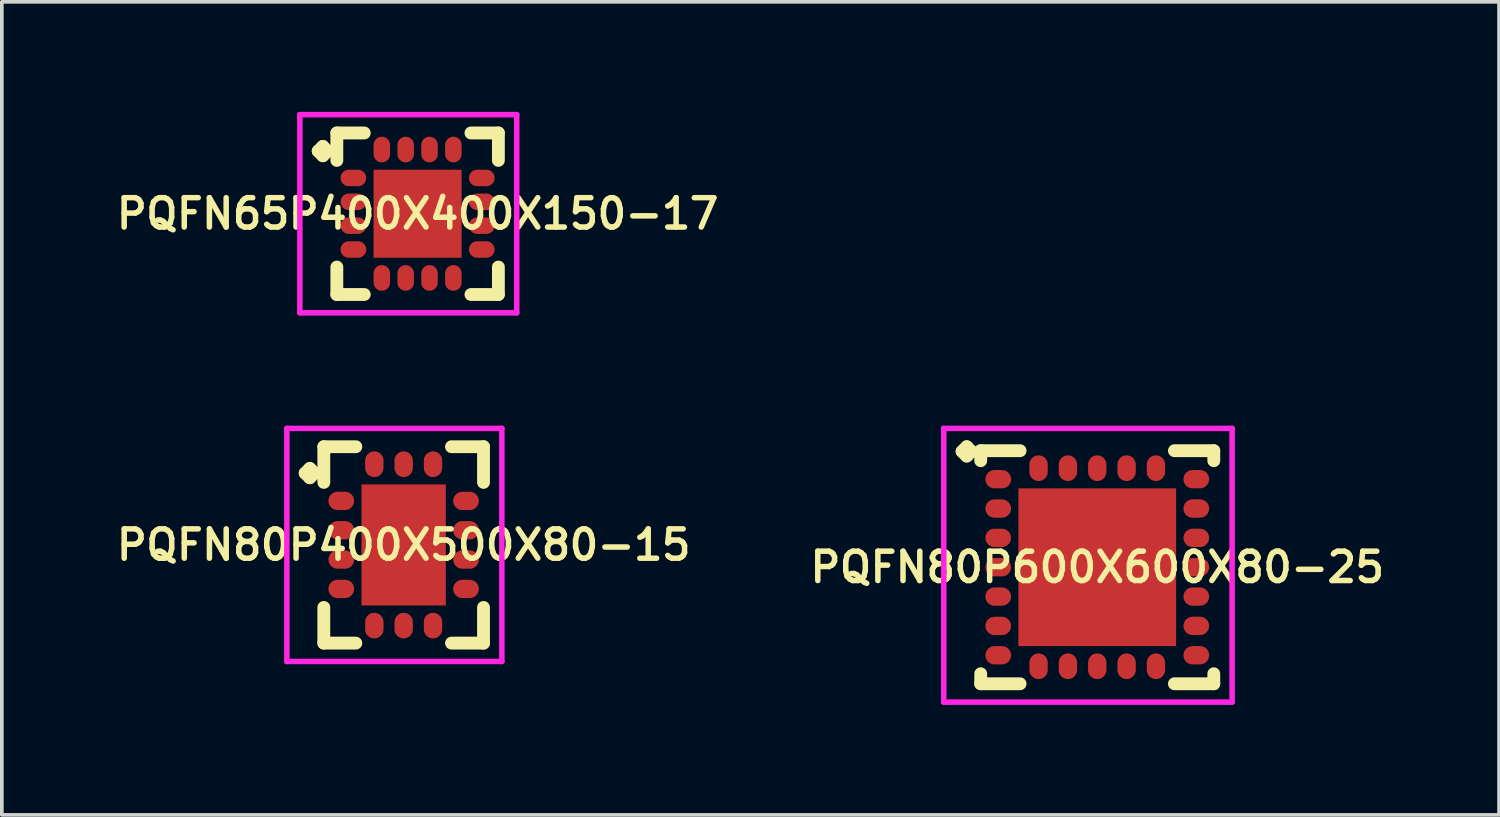
<source format=kicad_pcb>
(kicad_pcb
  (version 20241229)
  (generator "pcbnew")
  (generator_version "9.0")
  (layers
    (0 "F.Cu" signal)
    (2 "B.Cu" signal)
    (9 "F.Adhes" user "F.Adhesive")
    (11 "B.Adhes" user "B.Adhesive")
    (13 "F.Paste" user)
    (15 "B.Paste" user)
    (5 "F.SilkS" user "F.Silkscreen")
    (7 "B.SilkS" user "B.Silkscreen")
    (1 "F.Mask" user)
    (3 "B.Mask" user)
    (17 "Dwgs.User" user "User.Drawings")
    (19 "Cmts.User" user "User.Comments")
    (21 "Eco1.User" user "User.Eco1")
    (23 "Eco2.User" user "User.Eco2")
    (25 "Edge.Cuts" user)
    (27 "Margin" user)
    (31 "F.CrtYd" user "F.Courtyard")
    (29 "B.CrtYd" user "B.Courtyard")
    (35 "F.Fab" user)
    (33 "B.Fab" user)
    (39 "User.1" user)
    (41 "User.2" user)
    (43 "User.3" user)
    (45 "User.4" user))
  (footprint "PQFN80P400X500X80-15"
    (layer "F.Cu")
    (at 7.955 11.806)
    (property "Reference" "PQFN80P400X500X80-15" (at 0 0 0) (layer "F.SilkS") (effects (font (size 0.8 0.8) (thickness 0.15))))
    (attr smd)
    (fp_line (start -2.685 -1.958) (end -2.558 -2.085) (stroke (width 0.35) (type solid)) (layer "F.SilkS"))
    (fp_line (start -2.558 -2.085) (end -2.431 -1.958) (stroke (width 0.35) (type solid)) (layer "F.SilkS"))
    (fp_line (start -2.558 -1.831) (end -2.685 -1.958) (stroke (width 0.35) (type solid)) (layer "F.SilkS"))
    (fp_line (start -2.431 -1.958) (end -2.558 -1.831) (stroke (width 0.35) (type solid)) (layer "F.SilkS"))
    (fp_line (start -2.177 -2.677) (end -1.304 -2.677) (stroke (width 0.35) (type solid)) (layer "F.SilkS"))
    (fp_line (start -2.177 -1.704) (end -2.177 -2.677) (stroke (width 0.35) (type solid)) (layer "F.SilkS"))
    (fp_line (start -2.177 1.704) (end -2.177 2.677) (stroke (width 0.35) (type solid)) (layer "F.SilkS"))
    (fp_line (start -2.177 2.677) (end -1.304 2.677) (stroke (width 0.35) (type solid)) (layer "F.SilkS"))
    (fp_line (start 1.304 -2.677) (end 2.177 -2.677) (stroke (width 0.35) (type solid)) (layer "F.SilkS"))
    (fp_line (start 1.304 2.677) (end 2.177 2.677) (stroke (width 0.35) (type solid)) (layer "F.SilkS"))
    (fp_line (start 2.177 -2.677) (end 2.177 -1.704) (stroke (width 0.35) (type solid)) (layer "F.SilkS"))
    (fp_line (start 2.177 2.677) (end 2.177 1.704) (stroke (width 0.35) (type solid)) (layer "F.SilkS"))
    (fp_line (start -3.185 -3.177) (end 2.677 -3.177) (stroke (width 0.15) (type solid)) (layer "F.CrtYd"))
    (fp_line (start -3.185 3.177) (end -3.185 -3.177) (stroke (width 0.15) (type solid)) (layer "F.CrtYd"))
    (fp_line (start 2.677 -3.177) (end 2.677 3.177) (stroke (width 0.15) (type solid)) (layer "F.CrtYd"))
    (fp_line (start 2.677 3.177) (end -3.185 3.177) (stroke (width 0.15) (type solid)) (layer "F.CrtYd"))
    (pad "1" smd oval (at -1.7 -1.2) (size 0.7 0.5) (layers "F.Cu" "F.Mask" "F.Paste"))
    (pad "2" smd oval (at -1.7 -0.4) (size 0.7 0.5) (layers "F.Cu" "F.Mask" "F.Paste"))
    (pad "3" smd oval (at -1.7 0.4) (size 0.7 0.5) (layers "F.Cu" "F.Mask" "F.Paste"))
    (pad "4" smd oval (at -1.7 1.2) (size 0.7 0.5) (layers "F.Cu" "F.Mask" "F.Paste"))
    (pad "5" smd oval (at -0.8 2.2) (size 0.5 0.7) (layers "F.Cu" "F.Mask" "F.Paste"))
    (pad "6" smd oval (at 0 2.2) (size 0.5 0.7) (layers "F.Cu" "F.Mask" "F.Paste"))
    (pad "7" smd oval (at 0.8 2.2) (size 0.5 0.7) (layers "F.Cu" "F.Mask" "F.Paste"))
    (pad "8" smd oval (at 1.7 1.2) (size 0.7 0.5) (layers "F.Cu" "F.Mask" "F.Paste"))
    (pad "9" smd oval (at 1.7 0.4) (size 0.7 0.5) (layers "F.Cu" "F.Mask" "F.Paste"))
    (pad "10" smd oval (at 1.7 -0.4) (size 0.7 0.5) (layers "F.Cu" "F.Mask" "F.Paste"))
    (pad "11" smd oval (at 1.7 -1.2) (size 0.7 0.5) (layers "F.Cu" "F.Mask" "F.Paste"))
    (pad "12" smd oval (at 0.8 -2.2) (size 0.5 0.7) (layers "F.Cu" "F.Mask" "F.Paste"))
    (pad "13" smd oval (at 0 -2.2) (size 0.5 0.7) (layers "F.Cu" "F.Mask" "F.Paste"))
    (pad "14" smd oval (at -0.8 -2.2) (size 0.5 0.7) (layers "F.Cu" "F.Mask" "F.Paste"))
    (pad "15" smd rect (at 0 0) (size 2.3 3.3) (layers "F.Cu" "F.Mask" "F.Paste")))
  (footprint "PQFN65P400X400X150-17"
    (layer "F.Cu")
    (at 8.335 2.777)
    (property "Reference" "PQFN65P400X400X150-17" (at 0 0 0) (layer "F.SilkS") (effects (font (size 0.8 0.8) (thickness 0.15))))
    (attr smd)
    (fp_line (start -2.71 -1.708) (end -2.583 -1.835) (stroke (width 0.35) (type solid)) (layer "F.SilkS"))
    (fp_line (start -2.583 -1.835) (end -2.456 -1.708) (stroke (width 0.35) (type solid)) (layer "F.SilkS"))
    (fp_line (start -2.583 -1.581) (end -2.71 -1.708) (stroke (width 0.35) (type solid)) (layer "F.SilkS"))
    (fp_line (start -2.456 -1.708) (end -2.583 -1.581) (stroke (width 0.35) (type solid)) (layer "F.SilkS"))
    (fp_line (start -2.202 -2.202) (end -1.454 -2.202) (stroke (width 0.35) (type solid)) (layer "F.SilkS"))
    (fp_line (start -2.202 -1.454) (end -2.202 -2.202) (stroke (width 0.35) (type solid)) (layer "F.SilkS"))
    (fp_line (start -2.202 1.454) (end -2.202 2.202) (stroke (width 0.35) (type solid)) (layer "F.SilkS"))
    (fp_line (start -2.202 2.202) (end -1.454 2.202) (stroke (width 0.35) (type solid)) (layer "F.SilkS"))
    (fp_line (start 1.454 -2.202) (end 2.202 -2.202) (stroke (width 0.35) (type solid)) (layer "F.SilkS"))
    (fp_line (start 1.454 2.202) (end 2.202 2.202) (stroke (width 0.35) (type solid)) (layer "F.SilkS"))
    (fp_line (start 2.202 -2.202) (end 2.202 -1.454) (stroke (width 0.35) (type solid)) (layer "F.SilkS"))
    (fp_line (start 2.202 2.202) (end 2.202 1.454) (stroke (width 0.35) (type solid)) (layer "F.SilkS"))
    (fp_line (start -3.21 -2.702) (end 2.702 -2.702) (stroke (width 0.15) (type solid)) (layer "F.CrtYd"))
    (fp_line (start -3.21 2.702) (end -3.21 -2.702) (stroke (width 0.15) (type solid)) (layer "F.CrtYd"))
    (fp_line (start 2.702 -2.702) (end 2.702 2.702) (stroke (width 0.15) (type solid)) (layer "F.CrtYd"))
    (fp_line (start 2.702 2.702) (end -3.21 2.702) (stroke (width 0.15) (type solid)) (layer "F.CrtYd"))
    (pad "1" smd oval (at -1.75 -0.975) (size 0.7 0.45) (layers "F.Cu" "F.Mask" "F.Paste"))
    (pad "2" smd oval (at -1.75 -0.325) (size 0.7 0.45) (layers "F.Cu" "F.Mask" "F.Paste"))
    (pad "3" smd oval (at -1.75 0.325) (size 0.7 0.45) (layers "F.Cu" "F.Mask" "F.Paste"))
    (pad "4" smd oval (at -1.75 0.975) (size 0.7 0.45) (layers "F.Cu" "F.Mask" "F.Paste"))
    (pad "5" smd oval (at -0.975 1.75) (size 0.45 0.7) (layers "F.Cu" "F.Mask" "F.Paste"))
    (pad "6" smd oval (at -0.325 1.75) (size 0.45 0.7) (layers "F.Cu" "F.Mask" "F.Paste"))
    (pad "7" smd oval (at 0.325 1.75) (size 0.45 0.7) (layers "F.Cu" "F.Mask" "F.Paste"))
    (pad "8" smd oval (at 0.975 1.75) (size 0.45 0.7) (layers "F.Cu" "F.Mask" "F.Paste"))
    (pad "9" smd oval (at 1.75 0.975) (size 0.7 0.45) (layers "F.Cu" "F.Mask" "F.Paste"))
    (pad "10" smd oval (at 1.75 0.325) (size 0.7 0.45) (layers "F.Cu" "F.Mask" "F.Paste"))
    (pad "11" smd oval (at 1.75 -0.325) (size 0.7 0.45) (layers "F.Cu" "F.Mask" "F.Paste"))
    (pad "12" smd oval (at 1.75 -0.975) (size 0.7 0.45) (layers "F.Cu" "F.Mask" "F.Paste"))
    (pad "13" smd oval (at 0.975 -1.75) (size 0.45 0.7) (layers "F.Cu" "F.Mask" "F.Paste"))
    (pad "14" smd oval (at 0.325 -1.75) (size 0.45 0.7) (layers "F.Cu" "F.Mask" "F.Paste"))
    (pad "15" smd oval (at -0.325 -1.75) (size 0.45 0.7) (layers "F.Cu" "F.Mask" "F.Paste"))
    (pad "16" smd oval (at -0.975 -1.75) (size 0.45 0.7) (layers "F.Cu" "F.Mask" "F.Paste"))
    (pad "17" smd rect (at 0 0) (size 2.4 2.4) (layers "F.Cu" "F.Mask" "F.Paste")))
  (footprint "PQFN80P600X600X80-25"
    (layer "F.Cu")
    (at 26.864 12.414)
    (property "Reference" "PQFN80P600X600X80-25" (at 0 0 0) (layer "F.SilkS") (effects (font (size 0.8 0.8) (thickness 0.15))))
    (attr smd)
    (fp_line (start -3.685 -3.158) (end -3.558 -3.285) (stroke (width 0.35) (type solid)) (layer "F.SilkS"))
    (fp_line (start -3.558 -3.285) (end -3.431 -3.158) (stroke (width 0.35) (type solid)) (layer "F.SilkS"))
    (fp_line (start -3.558 -3.031) (end -3.685 -3.158) (stroke (width 0.35) (type solid)) (layer "F.SilkS"))
    (fp_line (start -3.431 -3.158) (end -3.558 -3.031) (stroke (width 0.35) (type solid)) (layer "F.SilkS"))
    (fp_line (start -3.177 -3.177) (end -2.104 -3.177) (stroke (width 0.35) (type solid)) (layer "F.SilkS"))
    (fp_line (start -3.177 -2.904) (end -3.177 -3.177) (stroke (width 0.35) (type solid)) (layer "F.SilkS"))
    (fp_line (start -3.177 2.904) (end -3.177 3.177) (stroke (width 0.35) (type solid)) (layer "F.SilkS"))
    (fp_line (start -3.177 3.177) (end -2.104 3.177) (stroke (width 0.35) (type solid)) (layer "F.SilkS"))
    (fp_line (start 2.104 -3.177) (end 3.177 -3.177) (stroke (width 0.35) (type solid)) (layer "F.SilkS"))
    (fp_line (start 2.104 3.177) (end 3.177 3.177) (stroke (width 0.35) (type solid)) (layer "F.SilkS"))
    (fp_line (start 3.177 -3.177) (end 3.177 -2.904) (stroke (width 0.35) (type solid)) (layer "F.SilkS"))
    (fp_line (start 3.177 3.177) (end 3.177 2.904) (stroke (width 0.35) (type solid)) (layer "F.SilkS"))
    (fp_line (start -4.185 -3.785) (end 3.677 -3.785) (stroke (width 0.15) (type solid)) (layer "F.CrtYd"))
    (fp_line (start -4.185 3.677) (end -4.185 -3.785) (stroke (width 0.15) (type solid)) (layer "F.CrtYd"))
    (fp_line (start 3.677 -3.785) (end 3.677 3.677) (stroke (width 0.15) (type solid)) (layer "F.CrtYd"))
    (fp_line (start 3.677 3.677) (end -4.185 3.677) (stroke (width 0.15) (type solid)) (layer "F.CrtYd"))
    (pad "1" smd oval (at -2.7 -2.4) (size 0.7 0.5) (layers "F.Cu" "F.Mask" "F.Paste"))
    (pad "2" smd oval (at -2.7 -1.6) (size 0.7 0.5) (layers "F.Cu" "F.Mask" "F.Paste"))
    (pad "3" smd oval (at -2.7 -0.8) (size 0.7 0.5) (layers "F.Cu" "F.Mask" "F.Paste"))
    (pad "4" smd oval (at -2.7 0) (size 0.7 0.5) (layers "F.Cu" "F.Mask" "F.Paste"))
    (pad "5" smd oval (at -2.7 0.8) (size 0.7 0.5) (layers "F.Cu" "F.Mask" "F.Paste"))
    (pad "6" smd oval (at -2.7 1.6) (size 0.7 0.5) (layers "F.Cu" "F.Mask" "F.Paste"))
    (pad "7" smd oval (at -2.7 2.4) (size 0.7 0.5) (layers "F.Cu" "F.Mask" "F.Paste"))
    (pad "8" smd oval (at -1.6 2.7) (size 0.5 0.7) (layers "F.Cu" "F.Mask" "F.Paste"))
    (pad "9" smd oval (at -0.8 2.7) (size 0.5 0.7) (layers "F.Cu" "F.Mask" "F.Paste"))
    (pad "10" smd oval (at 0 2.7) (size 0.5 0.7) (layers "F.Cu" "F.Mask" "F.Paste"))
    (pad "11" smd oval (at 0.8 2.7) (size 0.5 0.7) (layers "F.Cu" "F.Mask" "F.Paste"))
    (pad "12" smd oval (at 1.6 2.7) (size 0.5 0.7) (layers "F.Cu" "F.Mask" "F.Paste"))
    (pad "13" smd oval (at 2.7 2.4) (size 0.7 0.5) (layers "F.Cu" "F.Mask" "F.Paste"))
    (pad "14" smd oval (at 2.7 1.6) (size 0.7 0.5) (layers "F.Cu" "F.Mask" "F.Paste"))
    (pad "15" smd oval (at 2.7 0.8) (size 0.7 0.5) (layers "F.Cu" "F.Mask" "F.Paste"))
    (pad "16" smd oval (at 2.7 0) (size 0.7 0.5) (layers "F.Cu" "F.Mask" "F.Paste"))
    (pad "17" smd oval (at 2.7 -0.8) (size 0.7 0.5) (layers "F.Cu" "F.Mask" "F.Paste"))
    (pad "18" smd oval (at 2.7 -1.6) (size 0.7 0.5) (layers "F.Cu" "F.Mask" "F.Paste"))
    (pad "19" smd oval (at 2.7 -2.4) (size 0.7 0.5) (layers "F.Cu" "F.Mask" "F.Paste"))
    (pad "20" smd oval (at 1.6 -2.7) (size 0.5 0.7) (layers "F.Cu" "F.Mask" "F.Paste"))
    (pad "21" smd oval (at 0.8 -2.7) (size 0.5 0.7) (layers "F.Cu" "F.Mask" "F.Paste"))
    (pad "22" smd oval (at 0 -2.7) (size 0.5 0.7) (layers "F.Cu" "F.Mask" "F.Paste"))
    (pad "23" smd oval (at -0.8 -2.7) (size 0.5 0.7) (layers "F.Cu" "F.Mask" "F.Paste"))
    (pad "24" smd oval (at -1.6 -2.7) (size 0.5 0.7) (layers "F.Cu" "F.Mask" "F.Paste"))
    (pad "25" smd rect (at 0 0) (size 4.3 4.3) (layers "F.Cu" "F.Mask" "F.Paste")))
  (gr_rect
    (start -3 -3)
    (end 37.818 19.166)
    (stroke (width 0.1) (type default))
    (fill no)
    (layer "Edge.Cuts")))
</source>
